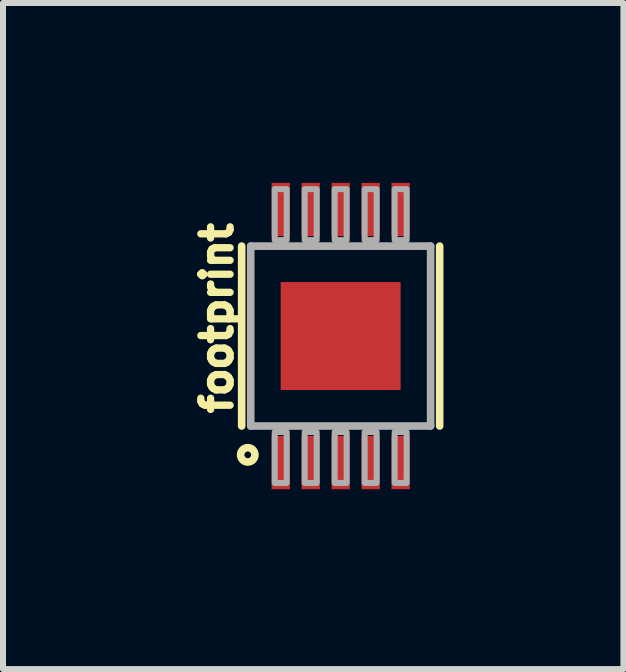
<source format=kicad_pcb>
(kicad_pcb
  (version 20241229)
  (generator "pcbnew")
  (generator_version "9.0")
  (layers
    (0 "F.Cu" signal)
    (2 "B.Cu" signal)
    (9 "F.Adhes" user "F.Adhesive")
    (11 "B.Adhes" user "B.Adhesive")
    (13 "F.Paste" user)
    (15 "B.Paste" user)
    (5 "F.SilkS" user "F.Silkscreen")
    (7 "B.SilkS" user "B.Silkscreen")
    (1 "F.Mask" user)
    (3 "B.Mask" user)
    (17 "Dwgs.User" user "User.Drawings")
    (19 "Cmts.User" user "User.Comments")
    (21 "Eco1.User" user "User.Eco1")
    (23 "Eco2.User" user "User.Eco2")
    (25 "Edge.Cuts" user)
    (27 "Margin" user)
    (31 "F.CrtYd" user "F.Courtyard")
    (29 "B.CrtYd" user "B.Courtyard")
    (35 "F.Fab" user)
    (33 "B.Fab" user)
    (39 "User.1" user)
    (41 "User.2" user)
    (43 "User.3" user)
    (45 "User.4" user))
  (footprint "footprint"
    (layer "F.Cu")
    (at 2.631 2.554)
    (property "Reference" "footprint" (at -1.778 1.35 90) (layer "F.SilkS") (effects (font (size 0.488 0.488) (thickness 0.122)) (justify left bottom)))
    (fp_line (start -1.651 -1.5) (end -1.651 1.5) (stroke (width 0.127) (type solid)) (layer "F.SilkS"))
    (fp_line (start 1.651 -1.5) (end 1.651 1.5) (stroke (width 0.127) (type solid)) (layer "F.SilkS"))
    (fp_circle (center -1.549 1.981) (end -1.493 1.981) (stroke (width 0.127) (type solid)) (fill no) (layer "F.SilkS"))
    (fp_poly (pts (xy -0.5 0.5) (xy 0.5 0.5) (xy 0.5 -0.5) (xy -0.5 -0.5)) (stroke (width 0) (type solid)) (fill yes) (layer "F.Paste"))
    (fp_line (start -1.5 -1.5) (end -1.5 1.5) (stroke (width 0.127) (type solid)) (layer "F.Fab"))
    (fp_line (start -1.5 1.5) (end 1.5 1.5) (stroke (width 0.127) (type solid)) (layer "F.Fab"))
    (fp_line (start 1.5 -1.5) (end -1.5 -1.5) (stroke (width 0.127) (type solid)) (layer "F.Fab"))
    (fp_line (start 1.5 1.5) (end 1.5 -1.5) (stroke (width 0.127) (type solid)) (layer "F.Fab"))
    (fp_poly (pts (xy -1.1 -1.6) (xy -0.9 -1.6) (xy -0.9 -2.45) (xy -1.1 -2.45)) (stroke (width 0.1) (type solid)) (fill no) (layer "F.Fab"))
    (fp_poly (pts (xy -1.1 2.45) (xy -0.9 2.45) (xy -0.9 1.6) (xy -1.1 1.6)) (stroke (width 0.1) (type solid)) (fill no) (layer "F.Fab"))
    (fp_poly (pts (xy -0.6 -1.6) (xy -0.4 -1.6) (xy -0.4 -2.45) (xy -0.6 -2.45)) (stroke (width 0.1) (type solid)) (fill no) (layer "F.Fab"))
    (fp_poly (pts (xy -0.6 2.45) (xy -0.4 2.45) (xy -0.4 1.6) (xy -0.6 1.6)) (stroke (width 0.1) (type solid)) (fill no) (layer "F.Fab"))
    (fp_poly (pts (xy -0.1 -1.6) (xy 0.1 -1.6) (xy 0.1 -2.45) (xy -0.1 -2.45)) (stroke (width 0.1) (type solid)) (fill no) (layer "F.Fab"))
    (fp_poly (pts (xy -0.1 2.45) (xy 0.1 2.45) (xy 0.1 1.6) (xy -0.1 1.6)) (stroke (width 0.1) (type solid)) (fill no) (layer "F.Fab"))
    (fp_poly (pts (xy 0.4 -1.6) (xy 0.6 -1.6) (xy 0.6 -2.45) (xy 0.4 -2.45)) (stroke (width 0.1) (type solid)) (fill no) (layer "F.Fab"))
    (fp_poly (pts (xy 0.4 2.45) (xy 0.6 2.45) (xy 0.6 1.6) (xy 0.4 1.6)) (stroke (width 0.1) (type solid)) (fill no) (layer "F.Fab"))
    (fp_poly (pts (xy 0.9 -1.6) (xy 1.1 -1.6) (xy 1.1 -2.45) (xy 0.9 -2.45)) (stroke (width 0.1) (type solid)) (fill no) (layer "F.Fab"))
    (fp_poly (pts (xy 0.9 2.45) (xy 1.1 2.45) (xy 1.1 1.6) (xy 0.9 1.6)) (stroke (width 0.1) (type solid)) (fill no) (layer "F.Fab"))
    (pad "1" smd rect (at -1 2.11) (size 0.305 0.889) (layers "F.Cu" "F.Mask" "F.Paste"))
    (pad "2" smd rect (at -0.5 2.11) (size 0.305 0.889) (layers "F.Cu" "F.Mask" "F.Paste"))
    (pad "3" smd rect (at 0 2.11) (size 0.305 0.889) (layers "F.Cu" "F.Mask" "F.Paste"))
    (pad "4" smd rect (at 0.5 2.11) (size 0.305 0.889) (layers "F.Cu" "F.Mask" "F.Paste"))
    (pad "5" smd rect (at 1 2.11) (size 0.305 0.889) (layers "F.Cu" "F.Mask" "F.Paste"))
    (pad "6" smd rect (at 1 -2.11) (size 0.305 0.889) (layers "F.Cu" "F.Mask" "F.Paste"))
    (pad "7" smd rect (at 0.5 -2.11) (size 0.305 0.889) (layers "F.Cu" "F.Mask" "F.Paste"))
    (pad "8" smd rect (at 0 -2.11) (size 0.305 0.889) (layers "F.Cu" "F.Mask" "F.Paste"))
    (pad "9" smd rect (at -0.5 -2.11) (size 0.305 0.889) (layers "F.Cu" "F.Mask" "F.Paste"))
    (pad "10" smd rect (at -1 -2.11) (size 0.305 0.889) (layers "F.Cu" "F.Mask" "F.Paste"))
    (pad "GND" smd rect (at 0 0 180) (size 2 1.8) (layers "F.Cu" "F.Mask")))
  (gr_rect
    (start -3 -3)
    (end 7.346 8.108)
    (stroke (width 0.1) (type default))
    (fill no)
    (layer "Edge.Cuts")))
</source>
